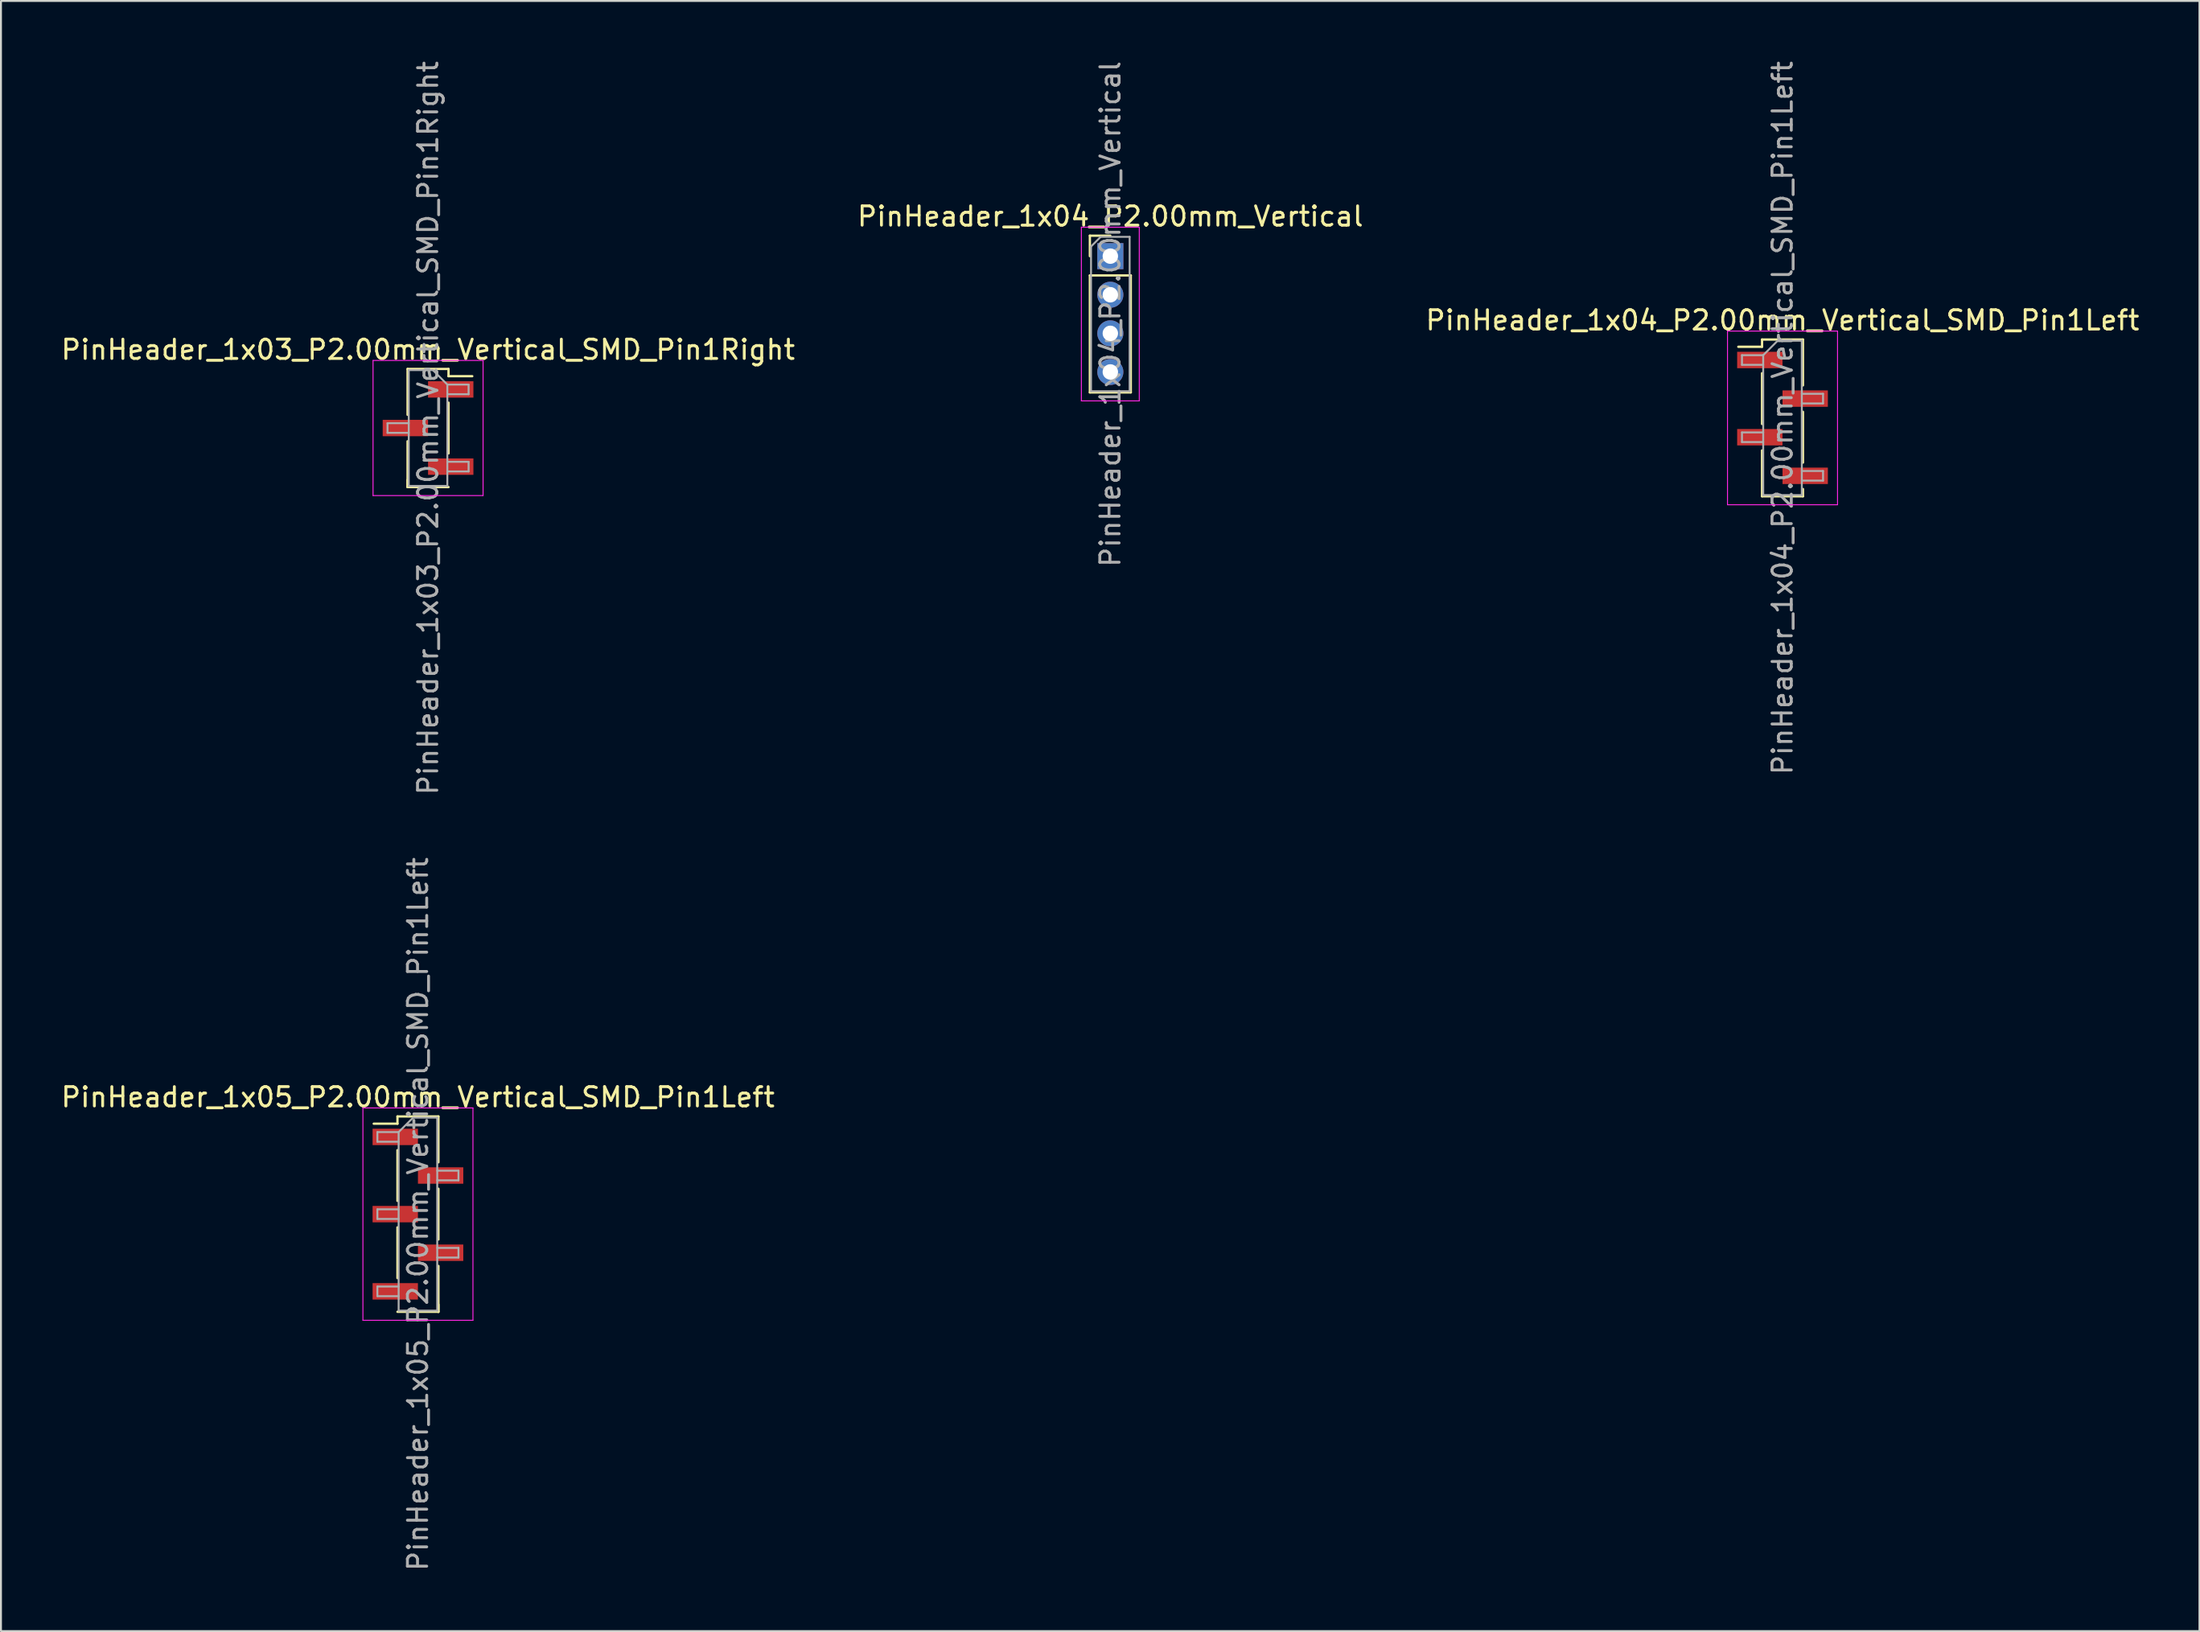
<source format=kicad_pcb>
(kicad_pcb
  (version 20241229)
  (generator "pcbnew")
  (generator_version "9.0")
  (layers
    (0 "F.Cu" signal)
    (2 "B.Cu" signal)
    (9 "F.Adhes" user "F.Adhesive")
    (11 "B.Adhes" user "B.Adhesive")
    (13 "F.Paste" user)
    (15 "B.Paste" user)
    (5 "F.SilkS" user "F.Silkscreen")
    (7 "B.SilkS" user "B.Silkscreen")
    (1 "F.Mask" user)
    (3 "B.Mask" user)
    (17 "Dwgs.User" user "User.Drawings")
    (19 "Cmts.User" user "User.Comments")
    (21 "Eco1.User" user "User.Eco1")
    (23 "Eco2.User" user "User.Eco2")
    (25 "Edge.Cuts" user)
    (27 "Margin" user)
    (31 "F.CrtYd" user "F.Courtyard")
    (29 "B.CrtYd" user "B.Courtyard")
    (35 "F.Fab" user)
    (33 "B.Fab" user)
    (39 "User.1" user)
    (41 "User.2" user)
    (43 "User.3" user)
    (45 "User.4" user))
  (footprint "PinHeader_1x05_P2.00mm_Vertical_SMD_Pin1Left"
    (layer "F.Cu")
    (at 18.601 59.851)
    (property "Reference" "PinHeader_1x05_P2.00mm_Vertical_SMD_Pin1Left" (at 0 -6.06 0) (layer "F.SilkS") (effects (font (size 1 1) (thickness 0.15))))
    (attr smd)
    (fp_line (start -1.06 -5.06) (end -1.06 -4.685) (stroke (width 0.12) (type solid)) (layer "F.SilkS"))
    (fp_line (start -1.06 -5.06) (end 1.06 -5.06) (stroke (width 0.12) (type solid)) (layer "F.SilkS"))
    (fp_line (start -1.06 -4.685) (end -2.29 -4.685) (stroke (width 0.12) (type solid)) (layer "F.SilkS"))
    (fp_line (start -1.06 -3.315) (end -1.06 -0.685) (stroke (width 0.12) (type solid)) (layer "F.SilkS"))
    (fp_line (start -1.06 0.685) (end -1.06 3.315) (stroke (width 0.12) (type solid)) (layer "F.SilkS"))
    (fp_line (start -1.06 5.06) (end 1.06 5.06) (stroke (width 0.12) (type solid)) (layer "F.SilkS"))
    (fp_line (start 1.06 -5.06) (end 1.06 -2.685) (stroke (width 0.12) (type solid)) (layer "F.SilkS"))
    (fp_line (start 1.06 -1.315) (end 1.06 1.315) (stroke (width 0.12) (type solid)) (layer "F.SilkS"))
    (fp_line (start 1.06 2.685) (end 1.06 5.06) (stroke (width 0.12) (type solid)) (layer "F.SilkS"))
    (fp_line (start 1.06 4.685) (end 1.06 5.06) (stroke (width 0.12) (type solid)) (layer "F.SilkS"))
    (fp_line (start -2.85 -5.5) (end -2.85 5.5) (stroke (width 0.05) (type solid)) (layer "F.CrtYd"))
    (fp_line (start -2.85 5.5) (end 2.85 5.5) (stroke (width 0.05) (type solid)) (layer "F.CrtYd"))
    (fp_line (start 2.85 -5.5) (end -2.85 -5.5) (stroke (width 0.05) (type solid)) (layer "F.CrtYd"))
    (fp_line (start 2.85 5.5) (end 2.85 -5.5) (stroke (width 0.05) (type solid)) (layer "F.CrtYd"))
    (fp_line (start -2.1 -4.25) (end -2.1 -3.75) (stroke (width 0.1) (type solid)) (layer "F.Fab"))
    (fp_line (start -2.1 -3.75) (end -1 -3.75) (stroke (width 0.1) (type solid)) (layer "F.Fab"))
    (fp_line (start -2.1 -0.25) (end -2.1 0.25) (stroke (width 0.1) (type solid)) (layer "F.Fab"))
    (fp_line (start -2.1 0.25) (end -1 0.25) (stroke (width 0.1) (type solid)) (layer "F.Fab"))
    (fp_line (start -2.1 3.75) (end -2.1 4.25) (stroke (width 0.1) (type solid)) (layer "F.Fab"))
    (fp_line (start -2.1 4.25) (end -1 4.25) (stroke (width 0.1) (type solid)) (layer "F.Fab"))
    (fp_line (start -1 -4.25) (end -2.1 -4.25) (stroke (width 0.1) (type solid)) (layer "F.Fab"))
    (fp_line (start -1 -4.25) (end -0.25 -5) (stroke (width 0.1) (type solid)) (layer "F.Fab"))
    (fp_line (start -1 -0.25) (end -2.1 -0.25) (stroke (width 0.1) (type solid)) (layer "F.Fab"))
    (fp_line (start -1 3.75) (end -2.1 3.75) (stroke (width 0.1) (type solid)) (layer "F.Fab"))
    (fp_line (start -1 5) (end -1 -4.25) (stroke (width 0.1) (type solid)) (layer "F.Fab"))
    (fp_line (start -0.25 -5) (end 1 -5) (stroke (width 0.1) (type solid)) (layer "F.Fab"))
    (fp_line (start 1 -5) (end 1 5) (stroke (width 0.1) (type solid)) (layer "F.Fab"))
    (fp_line (start 1 -2.25) (end 2.1 -2.25) (stroke (width 0.1) (type solid)) (layer "F.Fab"))
    (fp_line (start 1 1.75) (end 2.1 1.75) (stroke (width 0.1) (type solid)) (layer "F.Fab"))
    (fp_line (start 1 5) (end -1 5) (stroke (width 0.1) (type solid)) (layer "F.Fab"))
    (fp_line (start 2.1 -2.25) (end 2.1 -1.75) (stroke (width 0.1) (type solid)) (layer "F.Fab"))
    (fp_line (start 2.1 -1.75) (end 1 -1.75) (stroke (width 0.1) (type solid)) (layer "F.Fab"))
    (fp_line (start 2.1 1.75) (end 2.1 2.25) (stroke (width 0.1) (type solid)) (layer "F.Fab"))
    (fp_line (start 2.1 2.25) (end 1 2.25) (stroke (width 0.1) (type solid)) (layer "F.Fab"))
    (fp_text user "${REFERENCE}" (at 0 0 90) (layer "F.Fab") (effects (font (size 1 1) (thickness 0.15))))
    (pad "1" smd rect (at -1.175 -4) (size 2.35 0.85) (layers "F.Cu" "F.Mask" "F.Paste"))
    (pad "2" smd rect (at 1.175 -2) (size 2.35 0.85) (layers "F.Cu" "F.Mask" "F.Paste"))
    (pad "3" smd rect (at -1.175 0) (size 2.35 0.85) (layers "F.Cu" "F.Mask" "F.Paste"))
    (pad "4" smd rect (at 1.175 2) (size 2.35 0.85) (layers "F.Cu" "F.Mask" "F.Paste"))
    (pad "5" smd rect (at -1.175 4) (size 2.35 0.85) (layers "F.Cu" "F.Mask" "F.Paste")))
  (footprint "PinHeader_1x03_P2.00mm_Vertical_SMD_Pin1Right"
    (layer "F.Cu")
    (at 19.125 19.125)
    (property "Reference" "PinHeader_1x03_P2.00mm_Vertical_SMD_Pin1Right" (at 0 -4.06 0) (layer "F.SilkS") (effects (font (size 1 1) (thickness 0.15))))
    (attr smd)
    (fp_line (start -1.06 -3.06) (end -1.06 -0.685) (stroke (width 0.12) (type solid)) (layer "F.SilkS"))
    (fp_line (start -1.06 -3.06) (end 1.06 -3.06) (stroke (width 0.12) (type solid)) (layer "F.SilkS"))
    (fp_line (start -1.06 0.685) (end -1.06 3.06) (stroke (width 0.12) (type solid)) (layer "F.SilkS"))
    (fp_line (start -1.06 2.685) (end -1.06 3.06) (stroke (width 0.12) (type solid)) (layer "F.SilkS"))
    (fp_line (start -1.06 3.06) (end 1.06 3.06) (stroke (width 0.12) (type solid)) (layer "F.SilkS"))
    (fp_line (start 1.06 -3.06) (end 1.06 -2.685) (stroke (width 0.12) (type solid)) (layer "F.SilkS"))
    (fp_line (start 1.06 -2.685) (end 2.29 -2.685) (stroke (width 0.12) (type solid)) (layer "F.SilkS"))
    (fp_line (start 1.06 -1.315) (end 1.06 1.315) (stroke (width 0.12) (type solid)) (layer "F.SilkS"))
    (fp_line (start -2.85 -3.5) (end -2.85 3.5) (stroke (width 0.05) (type solid)) (layer "F.CrtYd"))
    (fp_line (start -2.85 3.5) (end 2.85 3.5) (stroke (width 0.05) (type solid)) (layer "F.CrtYd"))
    (fp_line (start 2.85 -3.5) (end -2.85 -3.5) (stroke (width 0.05) (type solid)) (layer "F.CrtYd"))
    (fp_line (start 2.85 3.5) (end 2.85 -3.5) (stroke (width 0.05) (type solid)) (layer "F.CrtYd"))
    (fp_line (start -2.1 -0.25) (end -2.1 0.25) (stroke (width 0.1) (type solid)) (layer "F.Fab"))
    (fp_line (start -2.1 0.25) (end -1 0.25) (stroke (width 0.1) (type solid)) (layer "F.Fab"))
    (fp_line (start -1 -3) (end -1 3) (stroke (width 0.1) (type solid)) (layer "F.Fab"))
    (fp_line (start -1 -3) (end 0.25 -3) (stroke (width 0.1) (type solid)) (layer "F.Fab"))
    (fp_line (start -1 -0.25) (end -2.1 -0.25) (stroke (width 0.1) (type solid)) (layer "F.Fab"))
    (fp_line (start 1 -2.25) (end 0.25 -3) (stroke (width 0.1) (type solid)) (layer "F.Fab"))
    (fp_line (start 1 -2.25) (end 2.1 -2.25) (stroke (width 0.1) (type solid)) (layer "F.Fab"))
    (fp_line (start 1 1.75) (end 2.1 1.75) (stroke (width 0.1) (type solid)) (layer "F.Fab"))
    (fp_line (start 1 3) (end -1 3) (stroke (width 0.1) (type solid)) (layer "F.Fab"))
    (fp_line (start 1 3) (end 1 -2.25) (stroke (width 0.1) (type solid)) (layer "F.Fab"))
    (fp_line (start 2.1 -2.25) (end 2.1 -1.75) (stroke (width 0.1) (type solid)) (layer "F.Fab"))
    (fp_line (start 2.1 -1.75) (end 1 -1.75) (stroke (width 0.1) (type solid)) (layer "F.Fab"))
    (fp_line (start 2.1 1.75) (end 2.1 2.25) (stroke (width 0.1) (type solid)) (layer "F.Fab"))
    (fp_line (start 2.1 2.25) (end 1 2.25) (stroke (width 0.1) (type solid)) (layer "F.Fab"))
    (fp_text user "${REFERENCE}" (at 0 0 90) (layer "F.Fab") (effects (font (size 1 1) (thickness 0.15))))
    (pad "1" smd rect (at 1.175 -2) (size 2.35 0.85) (layers "F.Cu" "F.Mask" "F.Paste"))
    (pad "2" smd rect (at -1.175 0) (size 2.35 0.85) (layers "F.Cu" "F.Mask" "F.Paste"))
    (pad "3" smd rect (at 1.175 2) (size 2.35 0.85) (layers "F.Cu" "F.Mask" "F.Paste")))
  (footprint "PinHeader_1x04_P2.00mm_Vertical_SMD_Pin1Left"
    (layer "F.Cu")
    (at 89.292 18.601)
    (property "Reference" "PinHeader_1x04_P2.00mm_Vertical_SMD_Pin1Left" (at 0 -5.06 0) (layer "F.SilkS") (effects (font (size 1 1) (thickness 0.15))))
    (attr smd)
    (fp_line (start -1.06 -4.06) (end -1.06 -3.685) (stroke (width 0.12) (type solid)) (layer "F.SilkS"))
    (fp_line (start -1.06 -4.06) (end 1.06 -4.06) (stroke (width 0.12) (type solid)) (layer "F.SilkS"))
    (fp_line (start -1.06 -3.685) (end -2.29 -3.685) (stroke (width 0.12) (type solid)) (layer "F.SilkS"))
    (fp_line (start -1.06 -2.315) (end -1.06 0.315) (stroke (width 0.12) (type solid)) (layer "F.SilkS"))
    (fp_line (start -1.06 1.685) (end -1.06 4.06) (stroke (width 0.12) (type solid)) (layer "F.SilkS"))
    (fp_line (start -1.06 4.06) (end 1.06 4.06) (stroke (width 0.12) (type solid)) (layer "F.SilkS"))
    (fp_line (start 1.06 -4.06) (end 1.06 -1.685) (stroke (width 0.12) (type solid)) (layer "F.SilkS"))
    (fp_line (start 1.06 -0.315) (end 1.06 2.315) (stroke (width 0.12) (type solid)) (layer "F.SilkS"))
    (fp_line (start 1.06 3.685) (end 1.06 4.06) (stroke (width 0.12) (type solid)) (layer "F.SilkS"))
    (fp_line (start -2.85 -4.5) (end -2.85 4.5) (stroke (width 0.05) (type solid)) (layer "F.CrtYd"))
    (fp_line (start -2.85 4.5) (end 2.85 4.5) (stroke (width 0.05) (type solid)) (layer "F.CrtYd"))
    (fp_line (start 2.85 -4.5) (end -2.85 -4.5) (stroke (width 0.05) (type solid)) (layer "F.CrtYd"))
    (fp_line (start 2.85 4.5) (end 2.85 -4.5) (stroke (width 0.05) (type solid)) (layer "F.CrtYd"))
    (fp_line (start -2.1 -3.25) (end -2.1 -2.75) (stroke (width 0.1) (type solid)) (layer "F.Fab"))
    (fp_line (start -2.1 -2.75) (end -1 -2.75) (stroke (width 0.1) (type solid)) (layer "F.Fab"))
    (fp_line (start -2.1 0.75) (end -2.1 1.25) (stroke (width 0.1) (type solid)) (layer "F.Fab"))
    (fp_line (start -2.1 1.25) (end -1 1.25) (stroke (width 0.1) (type solid)) (layer "F.Fab"))
    (fp_line (start -1 -3.25) (end -2.1 -3.25) (stroke (width 0.1) (type solid)) (layer "F.Fab"))
    (fp_line (start -1 -3.25) (end -0.25 -4) (stroke (width 0.1) (type solid)) (layer "F.Fab"))
    (fp_line (start -1 0.75) (end -2.1 0.75) (stroke (width 0.1) (type solid)) (layer "F.Fab"))
    (fp_line (start -1 4) (end -1 -3.25) (stroke (width 0.1) (type solid)) (layer "F.Fab"))
    (fp_line (start -0.25 -4) (end 1 -4) (stroke (width 0.1) (type solid)) (layer "F.Fab"))
    (fp_line (start 1 -4) (end 1 4) (stroke (width 0.1) (type solid)) (layer "F.Fab"))
    (fp_line (start 1 -1.25) (end 2.1 -1.25) (stroke (width 0.1) (type solid)) (layer "F.Fab"))
    (fp_line (start 1 2.75) (end 2.1 2.75) (stroke (width 0.1) (type solid)) (layer "F.Fab"))
    (fp_line (start 1 4) (end -1 4) (stroke (width 0.1) (type solid)) (layer "F.Fab"))
    (fp_line (start 2.1 -1.25) (end 2.1 -0.75) (stroke (width 0.1) (type solid)) (layer "F.Fab"))
    (fp_line (start 2.1 -0.75) (end 1 -0.75) (stroke (width 0.1) (type solid)) (layer "F.Fab"))
    (fp_line (start 2.1 2.75) (end 2.1 3.25) (stroke (width 0.1) (type solid)) (layer "F.Fab"))
    (fp_line (start 2.1 3.25) (end 1 3.25) (stroke (width 0.1) (type solid)) (layer "F.Fab"))
    (fp_text user "${REFERENCE}" (at 0 0 90) (layer "F.Fab") (effects (font (size 1 1) (thickness 0.15))))
    (pad "1" smd rect (at -1.175 -3) (size 2.35 0.85) (layers "F.Cu" "F.Mask" "F.Paste"))
    (pad "2" smd rect (at 1.175 -1) (size 2.35 0.85) (layers "F.Cu" "F.Mask" "F.Paste"))
    (pad "3" smd rect (at -1.175 1) (size 2.35 0.85) (layers "F.Cu" "F.Mask" "F.Paste"))
    (pad "4" smd rect (at 1.175 3) (size 2.35 0.85) (layers "F.Cu" "F.Mask" "F.Paste")))
  (footprint "PinHeader_1x04_P2.00mm_Vertical"
    (layer "F.Cu")
    (at 54.47 10.22)
    (property "Reference" "PinHeader_1x04_P2.00mm_Vertical" (at 0 -2.06 0) (layer "F.SilkS") (effects (font (size 1 1) (thickness 0.15))))
    (attr through_hole)
    (fp_line (start -1.06 -1.06) (end 0 -1.06) (stroke (width 0.12) (type solid)) (layer "F.SilkS"))
    (fp_line (start -1.06 0) (end -1.06 -1.06) (stroke (width 0.12) (type solid)) (layer "F.SilkS"))
    (fp_line (start -1.06 1) (end -1.06 7.06) (stroke (width 0.12) (type solid)) (layer "F.SilkS"))
    (fp_line (start -1.06 1) (end 1.06 1) (stroke (width 0.12) (type solid)) (layer "F.SilkS"))
    (fp_line (start -1.06 7.06) (end 1.06 7.06) (stroke (width 0.12) (type solid)) (layer "F.SilkS"))
    (fp_line (start 1.06 1) (end 1.06 7.06) (stroke (width 0.12) (type solid)) (layer "F.SilkS"))
    (fp_line (start -1.5 -1.5) (end -1.5 7.5) (stroke (width 0.05) (type solid)) (layer "F.CrtYd"))
    (fp_line (start -1.5 7.5) (end 1.5 7.5) (stroke (width 0.05) (type solid)) (layer "F.CrtYd"))
    (fp_line (start 1.5 -1.5) (end -1.5 -1.5) (stroke (width 0.05) (type solid)) (layer "F.CrtYd"))
    (fp_line (start 1.5 7.5) (end 1.5 -1.5) (stroke (width 0.05) (type solid)) (layer "F.CrtYd"))
    (fp_line (start -1 -0.5) (end -0.5 -1) (stroke (width 0.1) (type solid)) (layer "F.Fab"))
    (fp_line (start -1 7) (end -1 -0.5) (stroke (width 0.1) (type solid)) (layer "F.Fab"))
    (fp_line (start -0.5 -1) (end 1 -1) (stroke (width 0.1) (type solid)) (layer "F.Fab"))
    (fp_line (start 1 -1) (end 1 7) (stroke (width 0.1) (type solid)) (layer "F.Fab"))
    (fp_line (start 1 7) (end -1 7) (stroke (width 0.1) (type solid)) (layer "F.Fab"))
    (fp_text user "${REFERENCE}" (at 0 3 90) (layer "F.Fab") (effects (font (size 1 1) (thickness 0.15))))
    (pad "1" thru_hole rect (at 0 0) (size 1.35 1.35) (drill 0.8) (layers "*.Cu" "*.Mask"))
    (pad "2" thru_hole oval (at 0 2) (size 1.35 1.35) (drill 0.8) (layers "*.Cu" "*.Mask"))
    (pad "3" thru_hole oval (at 0 4) (size 1.35 1.35) (drill 0.8) (layers "*.Cu" "*.Mask"))
    (pad "4" thru_hole oval (at 0 6) (size 1.35 1.35) (drill 0.8) (layers "*.Cu" "*.Mask")))
  (gr_rect
    (start -3 -3)
    (end 110.893 81.452)
    (stroke (width 0.1) (type default))
    (fill no)
    (layer "Edge.Cuts")))
</source>
